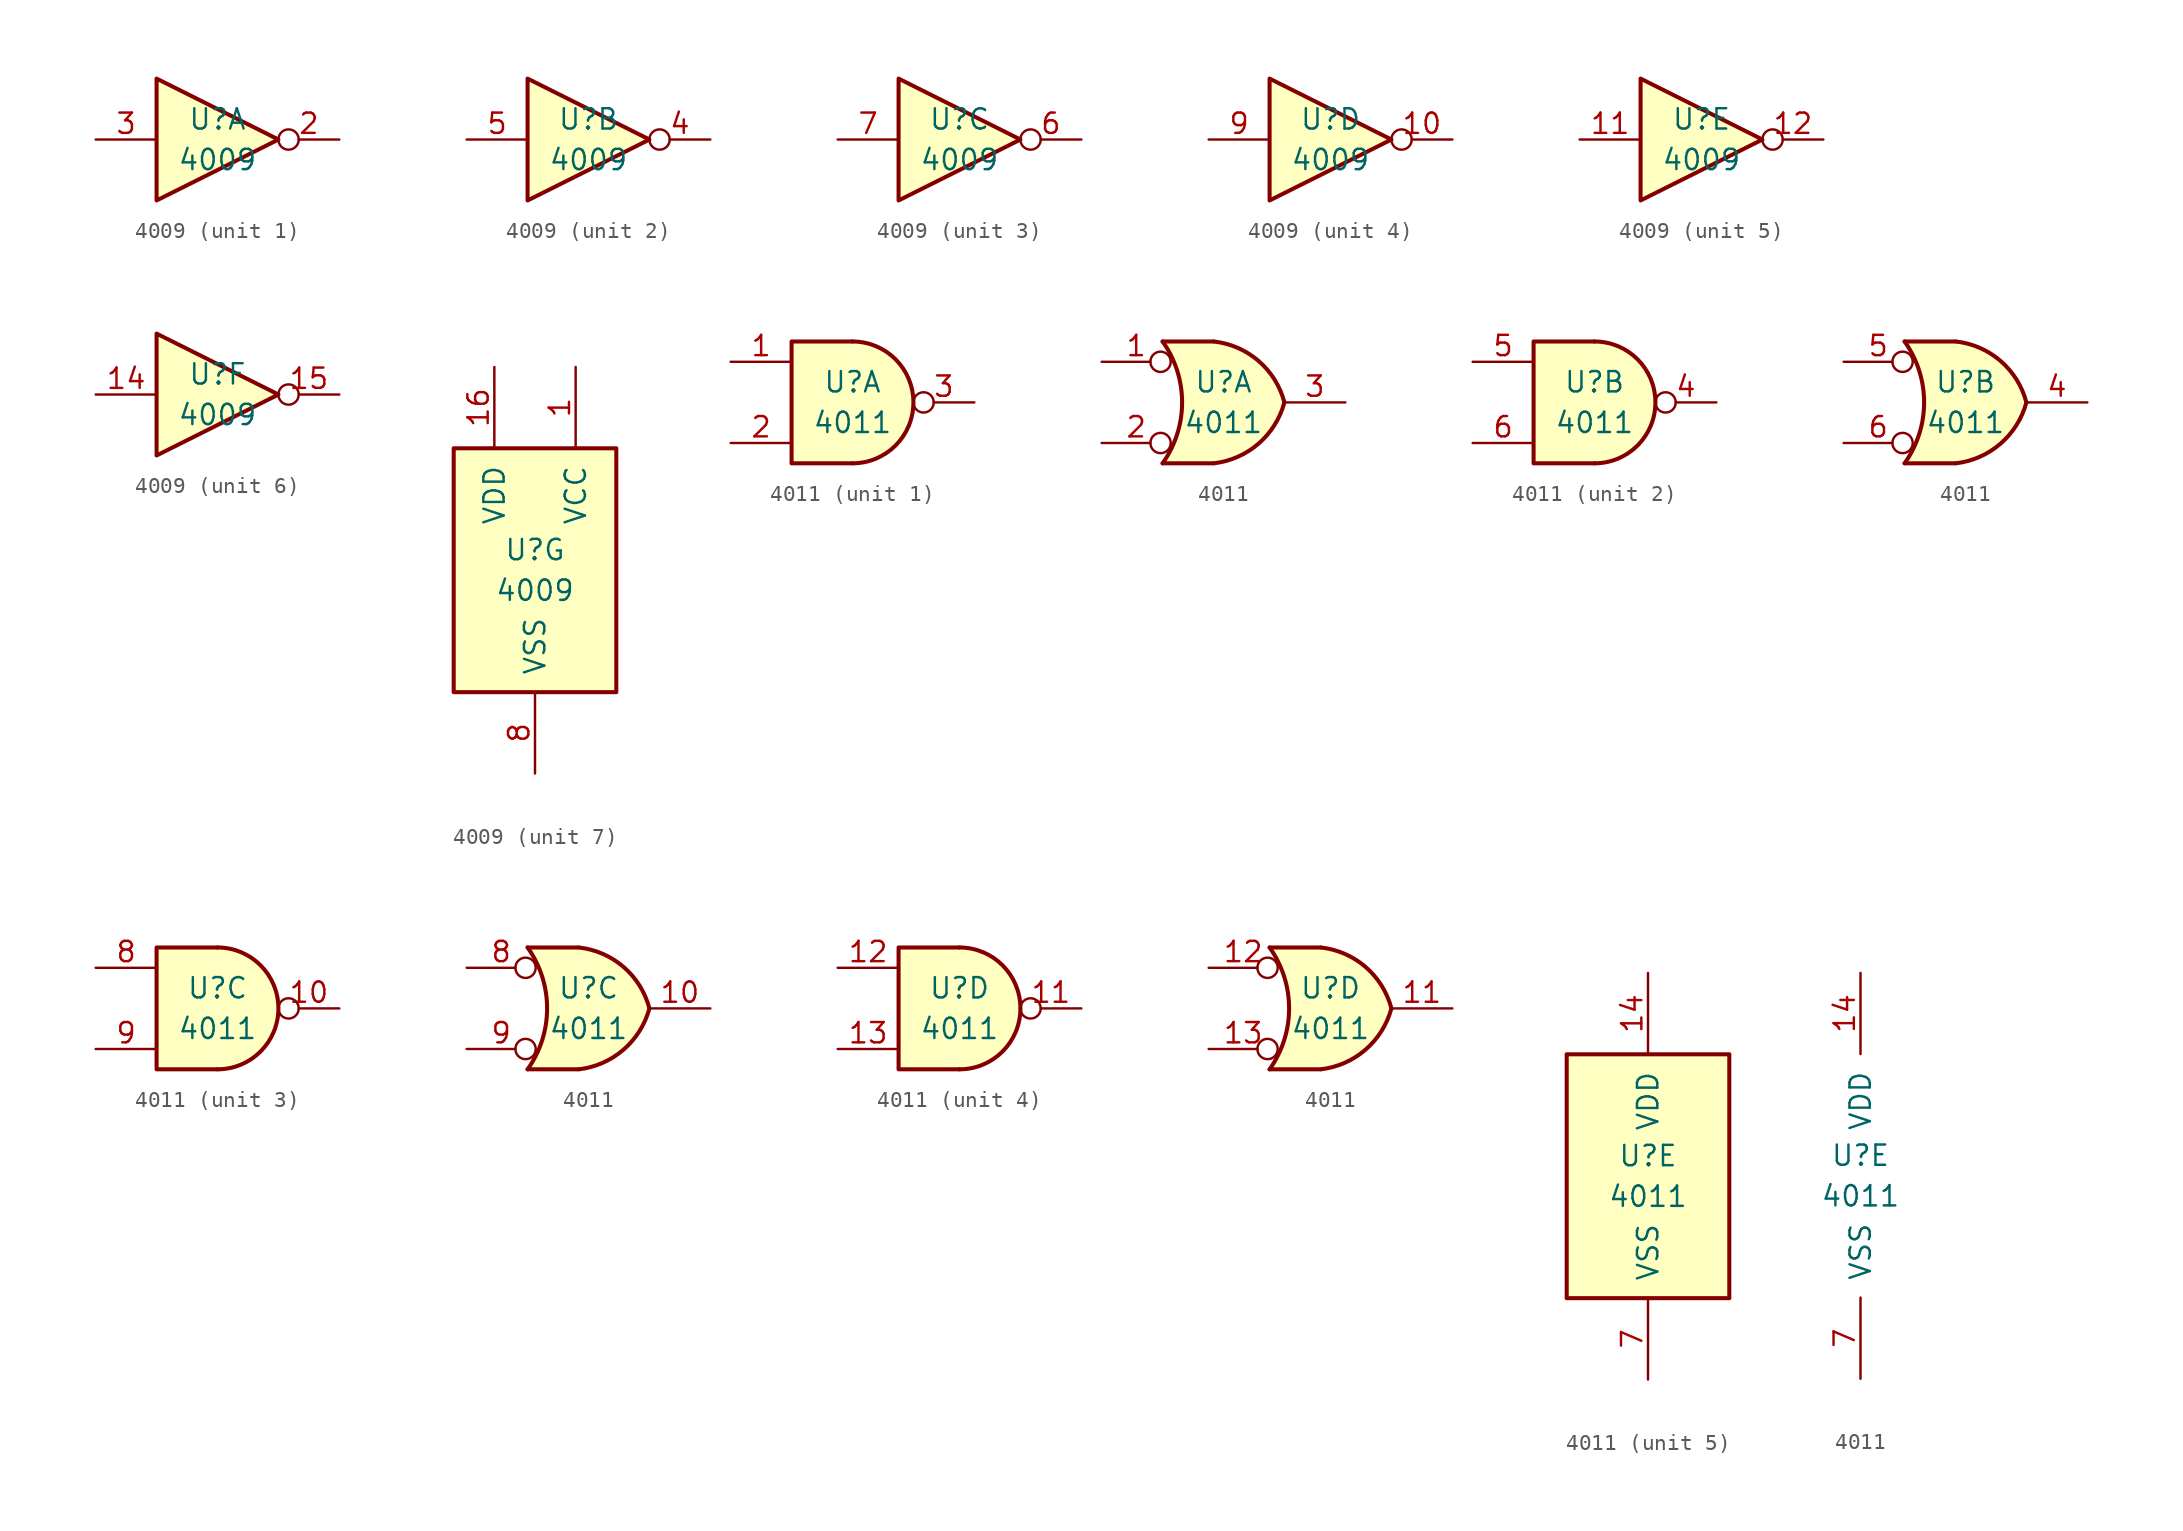
<source format=kicad_sym>
(kicad_symbol_lib
  (version 20220914)
  (generator kicad_symbol_editor)
  (symbol "4009"
    (pin_names
      (offset 1.016))
    (property "Reference" "U"
      (at 0 1.27 0)
      (effects (font (size 1.27 1.27))))
    (property "Value" "4009"
      (at 0 -1.27 0)
      (effects (font (size 1.27 1.27))))
    (property "ki_locked" ""
      (at 0 0 0)
      (effects (font (size 1.27 1.27))))
    (symbol "4009_1_0"
      (polyline (pts (xy -3.81 3.81) (xy -3.81 -3.81) (xy 3.81 0) (xy -3.81 3.81)) (stroke (width 0.254) (type default)) (fill (type background)))
      (pin output inverted (at 7.62 0 180) (length 3.81) (name "~" (effects (font (size 1.27 1.27)))) (number "2" (effects (font (size 1.27 1.27)))))
      (pin input line (at -7.62 0 0) (length 3.81) (name "~" (effects (font (size 1.27 1.27)))) (number "3" (effects (font (size 1.27 1.27))))))
    (symbol "4009_2_0"
      (polyline (pts (xy -3.81 3.81) (xy -3.81 -3.81) (xy 3.81 0) (xy -3.81 3.81)) (stroke (width 0.254) (type default)) (fill (type background)))
      (pin output inverted (at 7.62 0 180) (length 3.81) (name "~" (effects (font (size 1.27 1.27)))) (number "4" (effects (font (size 1.27 1.27)))))
      (pin input line (at -7.62 0 0) (length 3.81) (name "~" (effects (font (size 1.27 1.27)))) (number "5" (effects (font (size 1.27 1.27))))))
    (symbol "4009_3_0"
      (polyline (pts (xy -3.81 3.81) (xy -3.81 -3.81) (xy 3.81 0) (xy -3.81 3.81)) (stroke (width 0.254) (type default)) (fill (type background)))
      (pin output inverted (at 7.62 0 180) (length 3.81) (name "~" (effects (font (size 1.27 1.27)))) (number "6" (effects (font (size 1.27 1.27)))))
      (pin input line (at -7.62 0 0) (length 3.81) (name "~" (effects (font (size 1.27 1.27)))) (number "7" (effects (font (size 1.27 1.27))))))
    (symbol "4009_4_0"
      (polyline (pts (xy -3.81 3.81) (xy -3.81 -3.81) (xy 3.81 0) (xy -3.81 3.81)) (stroke (width 0.254) (type default)) (fill (type background)))
      (pin output inverted (at 7.62 0 180) (length 3.81) (name "~" (effects (font (size 1.27 1.27)))) (number "10" (effects (font (size 1.27 1.27)))))
      (pin input line (at -7.62 0 0) (length 3.81) (name "~" (effects (font (size 1.27 1.27)))) (number "9" (effects (font (size 1.27 1.27))))))
    (symbol "4009_5_0"
      (polyline (pts (xy -3.81 3.81) (xy -3.81 -3.81) (xy 3.81 0) (xy -3.81 3.81)) (stroke (width 0.254) (type default)) (fill (type background)))
      (pin input line (at -7.62 0 0) (length 3.81) (name "~" (effects (font (size 1.27 1.27)))) (number "11" (effects (font (size 1.27 1.27)))))
      (pin output inverted (at 7.62 0 180) (length 3.81) (name "~" (effects (font (size 1.27 1.27)))) (number "12" (effects (font (size 1.27 1.27))))))
    (symbol "4009_6_0"
      (polyline (pts (xy -3.81 3.81) (xy -3.81 -3.81) (xy 3.81 0) (xy -3.81 3.81)) (stroke (width 0.254) (type default)) (fill (type background)))
      (pin input line (at -7.62 0 0) (length 3.81) (name "~" (effects (font (size 1.27 1.27)))) (number "14" (effects (font (size 1.27 1.27)))))
      (pin output inverted (at 7.62 0 180) (length 3.81) (name "~" (effects (font (size 1.27 1.27)))) (number "15" (effects (font (size 1.27 1.27))))))
    (symbol "4009_7_0"
      (pin power_in line (at 2.54 12.7 270) (length 5.08) (name "VCC" (effects (font (size 1.27 1.27)))) (number "1" (effects (font (size 1.27 1.27)))))
      (pin power_in line (at -2.54 12.7 270) (length 5.08) (name "VDD" (effects (font (size 1.27 1.27)))) (number "16" (effects (font (size 1.27 1.27)))))
      (pin power_in line (at 0 -12.7 90) (length 5.08) (name "VSS" (effects (font (size 1.27 1.27)))) (number "8" (effects (font (size 1.27 1.27))))))
    (symbol "4009_7_1"
      (rectangle (start -5.08 7.62) (end 5.08 -7.62) (stroke (width 0.254) (type default)) (fill (type background)))))
  (symbol "4011"
    (pin_names
      (offset 1.016))
    (property "Reference" "U"
      (at 0 1.27 0)
      (effects (font (size 1.27 1.27))))
    (property "Value" "4011"
      (at 0 -1.27 0)
      (effects (font (size 1.27 1.27))))
    (property "ki_locked" ""
      (at 0 0 0)
      (effects (font (size 1.27 1.27))))
    (symbol "4011_1_1"
      (arc (start 0 -3.81) (mid 3.7934 0) (end 0 3.81) (stroke (width 0.254) (type default)) (fill (type background)))
      (polyline (pts (xy 0 3.81) (xy -3.81 3.81) (xy -3.81 -3.81) (xy 0 -3.81)) (stroke (width 0.254) (type default)) (fill (type background)))
      (pin input line (at -7.62 2.54 0) (length 3.81) (name "~" (effects (font (size 1.27 1.27)))) (number "1" (effects (font (size 1.27 1.27)))))
      (pin input line (at -7.62 -2.54 0) (length 3.81) (name "~" (effects (font (size 1.27 1.27)))) (number "2" (effects (font (size 1.27 1.27)))))
      (pin output inverted (at 7.62 0 180) (length 3.81) (name "~" (effects (font (size 1.27 1.27)))) (number "3" (effects (font (size 1.27 1.27))))))
    (symbol "4011_1_2"
      (arc (start -3.81 -3.81) (mid -2.589 0) (end -3.81 3.81) (stroke (width 0.254) (type default)) (fill (type none)))
      (arc (start -0.6096 -3.81) (mid 2.1842 -2.5851) (end 3.81 0) (stroke (width 0.254) (type default)) (fill (type background)))
      (polyline (pts (xy -3.81 -3.81) (xy -0.635 -3.81)) (stroke (width 0.254) (type default)) (fill (type background)))
      (polyline (pts (xy -3.81 3.81) (xy -0.635 3.81)) (stroke (width 0.254) (type default)) (fill (type background)))
      (polyline (pts (xy -0.635 3.81) (xy -3.81 3.81) (xy -3.81 3.81) (xy -3.556 3.404) (xy -3.023 2.261) (xy -2.692 1.041) (xy -2.616 -0.254) (xy -2.769 -1.499) (xy -3.175 -2.718) (xy -3.81 -3.81) (xy -3.81 -3.81) (xy -0.635 -3.81)) (stroke (width -25.4) (type default)) (fill (type background)))
      (arc (start 3.81 0) (mid 2.1915 2.5936) (end -0.6096 3.81) (stroke (width 0.254) (type default)) (fill (type background)))
      (pin input inverted (at -7.62 2.54 0) (length 4.318) (name "~" (effects (font (size 1.27 1.27)))) (number "1" (effects (font (size 1.27 1.27)))))
      (pin input inverted (at -7.62 -2.54 0) (length 4.318) (name "~" (effects (font (size 1.27 1.27)))) (number "2" (effects (font (size 1.27 1.27)))))
      (pin output line (at 7.62 0 180) (length 3.81) (name "~" (effects (font (size 1.27 1.27)))) (number "3" (effects (font (size 1.27 1.27))))))
    (symbol "4011_2_1"
      (arc (start 0 -3.81) (mid 3.7934 0) (end 0 3.81) (stroke (width 0.254) (type default)) (fill (type background)))
      (polyline (pts (xy 0 3.81) (xy -3.81 3.81) (xy -3.81 -3.81) (xy 0 -3.81)) (stroke (width 0.254) (type default)) (fill (type background)))
      (pin output inverted (at 7.62 0 180) (length 3.81) (name "~" (effects (font (size 1.27 1.27)))) (number "4" (effects (font (size 1.27 1.27)))))
      (pin input line (at -7.62 2.54 0) (length 3.81) (name "~" (effects (font (size 1.27 1.27)))) (number "5" (effects (font (size 1.27 1.27)))))
      (pin input line (at -7.62 -2.54 0) (length 3.81) (name "~" (effects (font (size 1.27 1.27)))) (number "6" (effects (font (size 1.27 1.27))))))
    (symbol "4011_2_2"
      (arc (start -3.81 -3.81) (mid -2.589 0) (end -3.81 3.81) (stroke (width 0.254) (type default)) (fill (type none)))
      (arc (start -0.6096 -3.81) (mid 2.1842 -2.5851) (end 3.81 0) (stroke (width 0.254) (type default)) (fill (type background)))
      (polyline (pts (xy -3.81 -3.81) (xy -0.635 -3.81)) (stroke (width 0.254) (type default)) (fill (type background)))
      (polyline (pts (xy -3.81 3.81) (xy -0.635 3.81)) (stroke (width 0.254) (type default)) (fill (type background)))
      (polyline (pts (xy -0.635 3.81) (xy -3.81 3.81) (xy -3.81 3.81) (xy -3.556 3.404) (xy -3.023 2.261) (xy -2.692 1.041) (xy -2.616 -0.254) (xy -2.769 -1.499) (xy -3.175 -2.718) (xy -3.81 -3.81) (xy -3.81 -3.81) (xy -0.635 -3.81)) (stroke (width -25.4) (type default)) (fill (type background)))
      (arc (start 3.81 0) (mid 2.1915 2.5936) (end -0.6096 3.81) (stroke (width 0.254) (type default)) (fill (type background)))
      (pin output line (at 7.62 0 180) (length 3.81) (name "~" (effects (font (size 1.27 1.27)))) (number "4" (effects (font (size 1.27 1.27)))))
      (pin input inverted (at -7.62 2.54 0) (length 4.318) (name "~" (effects (font (size 1.27 1.27)))) (number "5" (effects (font (size 1.27 1.27)))))
      (pin input inverted (at -7.62 -2.54 0) (length 4.318) (name "~" (effects (font (size 1.27 1.27)))) (number "6" (effects (font (size 1.27 1.27))))))
    (symbol "4011_3_1"
      (arc (start 0 -3.81) (mid 3.7934 0) (end 0 3.81) (stroke (width 0.254) (type default)) (fill (type background)))
      (polyline (pts (xy 0 3.81) (xy -3.81 3.81) (xy -3.81 -3.81) (xy 0 -3.81)) (stroke (width 0.254) (type default)) (fill (type background)))
      (pin output inverted (at 7.62 0 180) (length 3.81) (name "~" (effects (font (size 1.27 1.27)))) (number "10" (effects (font (size 1.27 1.27)))))
      (pin input line (at -7.62 2.54 0) (length 3.81) (name "~" (effects (font (size 1.27 1.27)))) (number "8" (effects (font (size 1.27 1.27)))))
      (pin input line (at -7.62 -2.54 0) (length 3.81) (name "~" (effects (font (size 1.27 1.27)))) (number "9" (effects (font (size 1.27 1.27))))))
    (symbol "4011_3_2"
      (arc (start -3.81 -3.81) (mid -2.589 0) (end -3.81 3.81) (stroke (width 0.254) (type default)) (fill (type none)))
      (arc (start -0.6096 -3.81) (mid 2.1842 -2.5851) (end 3.81 0) (stroke (width 0.254) (type default)) (fill (type background)))
      (polyline (pts (xy -3.81 -3.81) (xy -0.635 -3.81)) (stroke (width 0.254) (type default)) (fill (type background)))
      (polyline (pts (xy -3.81 3.81) (xy -0.635 3.81)) (stroke (width 0.254) (type default)) (fill (type background)))
      (polyline (pts (xy -0.635 3.81) (xy -3.81 3.81) (xy -3.81 3.81) (xy -3.556 3.404) (xy -3.023 2.261) (xy -2.692 1.041) (xy -2.616 -0.254) (xy -2.769 -1.499) (xy -3.175 -2.718) (xy -3.81 -3.81) (xy -3.81 -3.81) (xy -0.635 -3.81)) (stroke (width -25.4) (type default)) (fill (type background)))
      (arc (start 3.81 0) (mid 2.1915 2.5936) (end -0.6096 3.81) (stroke (width 0.254) (type default)) (fill (type background)))
      (pin output line (at 7.62 0 180) (length 3.81) (name "~" (effects (font (size 1.27 1.27)))) (number "10" (effects (font (size 1.27 1.27)))))
      (pin input inverted (at -7.62 2.54 0) (length 4.318) (name "~" (effects (font (size 1.27 1.27)))) (number "8" (effects (font (size 1.27 1.27)))))
      (pin input inverted (at -7.62 -2.54 0) (length 4.318) (name "~" (effects (font (size 1.27 1.27)))) (number "9" (effects (font (size 1.27 1.27))))))
    (symbol "4011_4_1"
      (arc (start 0 -3.81) (mid 3.7934 0) (end 0 3.81) (stroke (width 0.254) (type default)) (fill (type background)))
      (polyline (pts (xy 0 3.81) (xy -3.81 3.81) (xy -3.81 -3.81) (xy 0 -3.81)) (stroke (width 0.254) (type default)) (fill (type background)))
      (pin output inverted (at 7.62 0 180) (length 3.81) (name "~" (effects (font (size 1.27 1.27)))) (number "11" (effects (font (size 1.27 1.27)))))
      (pin input line (at -7.62 2.54 0) (length 3.81) (name "~" (effects (font (size 1.27 1.27)))) (number "12" (effects (font (size 1.27 1.27)))))
      (pin input line (at -7.62 -2.54 0) (length 3.81) (name "~" (effects (font (size 1.27 1.27)))) (number "13" (effects (font (size 1.27 1.27))))))
    (symbol "4011_4_2"
      (arc (start -3.81 -3.81) (mid -2.589 0) (end -3.81 3.81) (stroke (width 0.254) (type default)) (fill (type none)))
      (arc (start -0.6096 -3.81) (mid 2.1842 -2.5851) (end 3.81 0) (stroke (width 0.254) (type default)) (fill (type background)))
      (polyline (pts (xy -3.81 -3.81) (xy -0.635 -3.81)) (stroke (width 0.254) (type default)) (fill (type background)))
      (polyline (pts (xy -3.81 3.81) (xy -0.635 3.81)) (stroke (width 0.254) (type default)) (fill (type background)))
      (polyline (pts (xy -0.635 3.81) (xy -3.81 3.81) (xy -3.81 3.81) (xy -3.556 3.404) (xy -3.023 2.261) (xy -2.692 1.041) (xy -2.616 -0.254) (xy -2.769 -1.499) (xy -3.175 -2.718) (xy -3.81 -3.81) (xy -3.81 -3.81) (xy -0.635 -3.81)) (stroke (width -25.4) (type default)) (fill (type background)))
      (arc (start 3.81 0) (mid 2.1915 2.5936) (end -0.6096 3.81) (stroke (width 0.254) (type default)) (fill (type background)))
      (pin output line (at 7.62 0 180) (length 3.81) (name "~" (effects (font (size 1.27 1.27)))) (number "11" (effects (font (size 1.27 1.27)))))
      (pin input inverted (at -7.62 2.54 0) (length 4.318) (name "~" (effects (font (size 1.27 1.27)))) (number "12" (effects (font (size 1.27 1.27)))))
      (pin input inverted (at -7.62 -2.54 0) (length 4.318) (name "~" (effects (font (size 1.27 1.27)))) (number "13" (effects (font (size 1.27 1.27))))))
    (symbol "4011_5_0"
      (pin power_in line (at 0 12.7 270) (length 5.08) (name "VDD" (effects (font (size 1.27 1.27)))) (number "14" (effects (font (size 1.27 1.27)))))
      (pin power_in line (at 0 -12.7 90) (length 5.08) (name "VSS" (effects (font (size 1.27 1.27)))) (number "7" (effects (font (size 1.27 1.27))))))
    (symbol "4011_5_1"
      (rectangle (start -5.08 7.62) (end 5.08 -7.62) (stroke (width 0.254) (type default)) (fill (type background))))))
</source>
